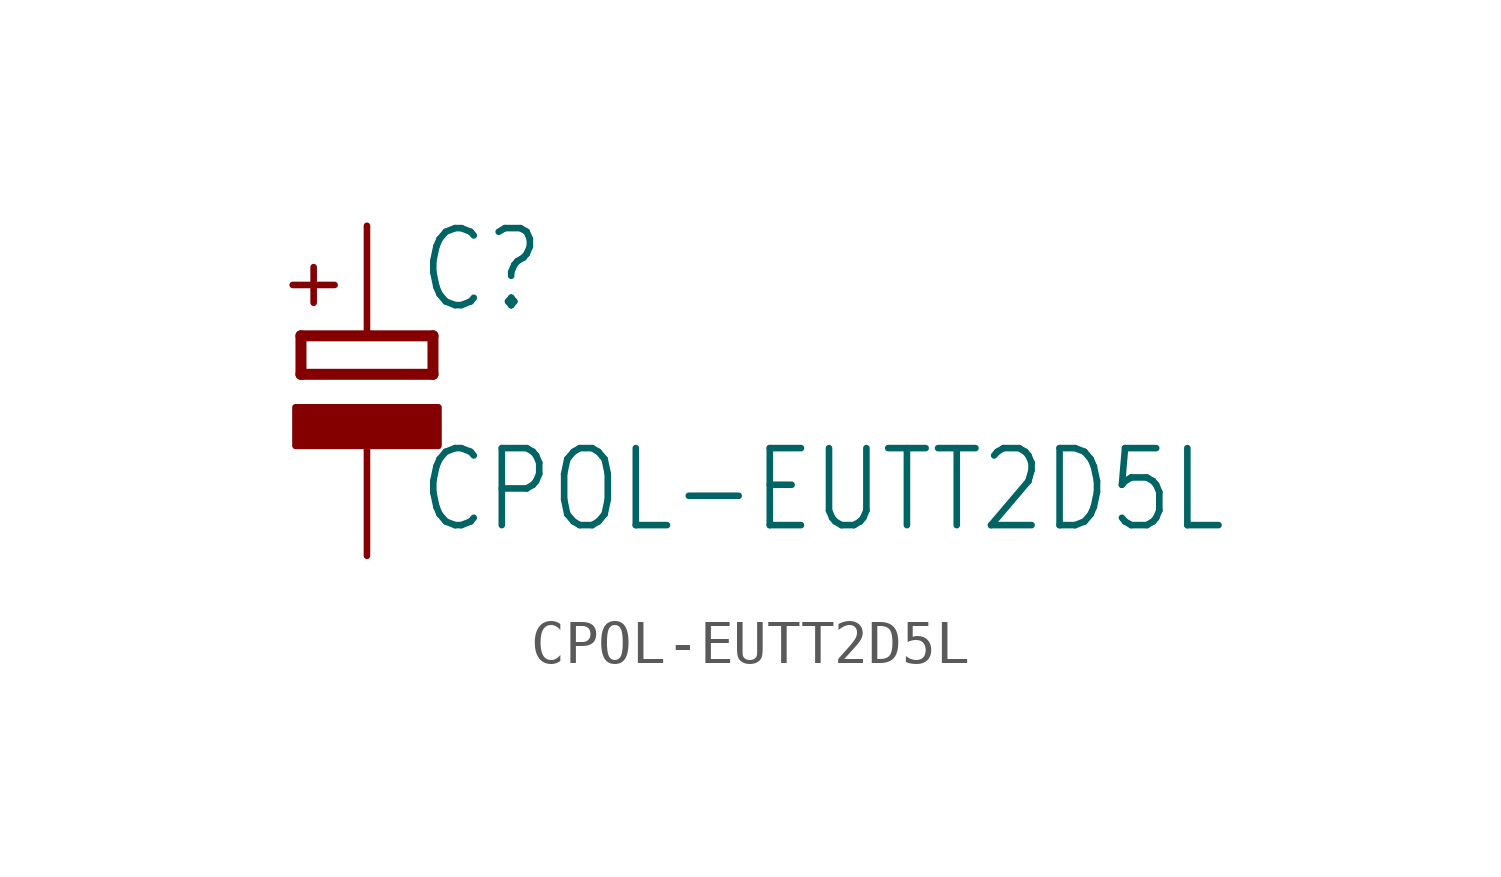
<source format=kicad_sym>
(kicad_symbol_lib
  (version 20211014)
  (generator kicad_symbol_editor)
  (symbol "CPOL-EUTT2D5L"
    (property "Reference" "C"
      (at 1.143 0.483 0)
      (effects (font (size 1.778 1.511)) (justify left bottom)))
    (property "Value" "CPOL-EUTT2D5L"
      (at 1.143 -4.597 0)
      (effects (font (size 1.778 1.511)) (justify left bottom)))
    (property "ki_locked" ""
      (at 0 0 0)
      (effects (font (size 1.27 1.27))))
    (symbol "CPOL-EUTT2D5L_1_0"
      (rectangle (start -1.651 -2.54) (end 1.651 -1.651) (stroke (width 0) (type default) (color 0 0 0 0)) (fill (type outline)))
      (polyline (pts (xy -1.524 -0.889) (xy 1.524 -0.889)) (stroke (width 0.254) (type default) (color 0 0 0 0)) (fill (type none)))
      (polyline (pts (xy -1.524 0) (xy -1.524 -0.889)) (stroke (width 0.254) (type default) (color 0 0 0 0)) (fill (type none)))
      (polyline (pts (xy -1.524 0) (xy 1.524 0)) (stroke (width 0.254) (type default) (color 0 0 0 0)) (fill (type none)))
      (polyline (pts (xy 1.524 -0.889) (xy 1.524 0)) (stroke (width 0.254) (type default) (color 0 0 0 0)) (fill (type none)))
      (text "+" (at -0.584 0.406 900) (effects (font (size 1.27 1.079)) (justify left bottom)))
      (pin passive line (at 0 2.54 270) (length 2.54) (name "+" (effects (font (size 0 0)))) (number "+" (effects (font (size 0 0)))))
      (pin passive line (at 0 -5.08 90) (length 2.54) (name "-" (effects (font (size 0 0)))) (number "-" (effects (font (size 0 0))))))))
</source>
